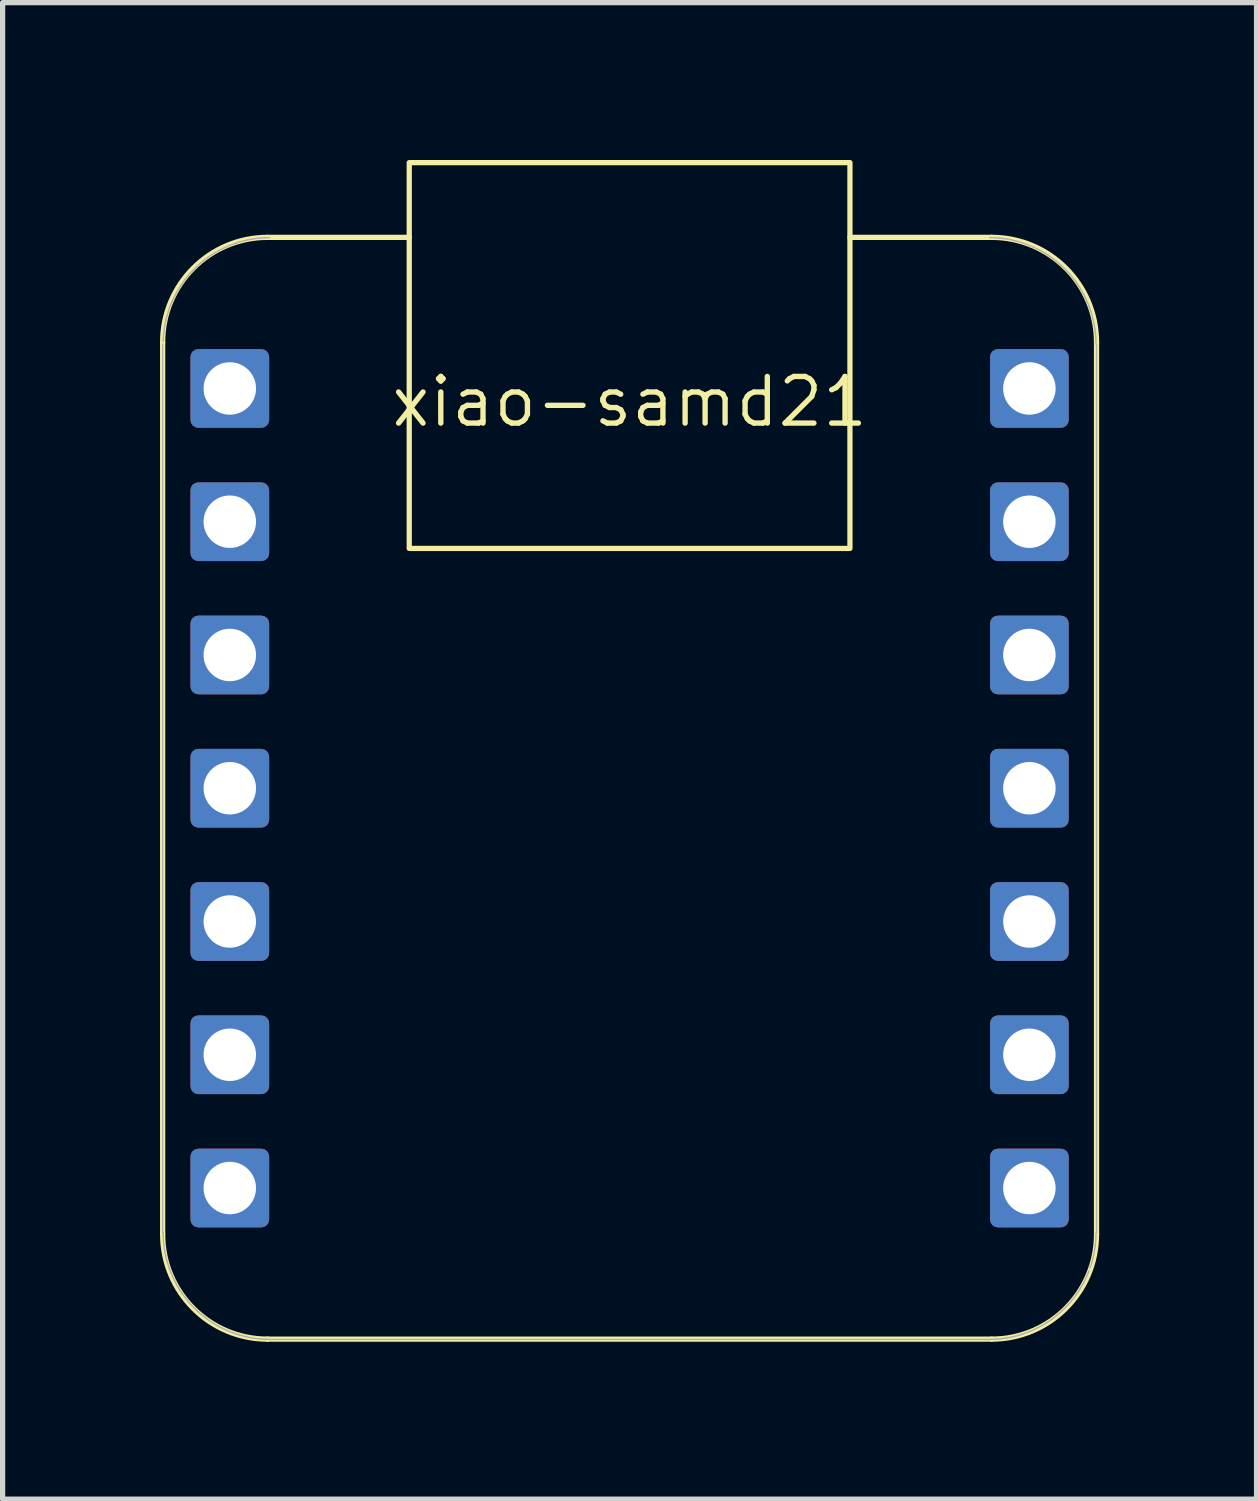
<source format=kicad_pcb>
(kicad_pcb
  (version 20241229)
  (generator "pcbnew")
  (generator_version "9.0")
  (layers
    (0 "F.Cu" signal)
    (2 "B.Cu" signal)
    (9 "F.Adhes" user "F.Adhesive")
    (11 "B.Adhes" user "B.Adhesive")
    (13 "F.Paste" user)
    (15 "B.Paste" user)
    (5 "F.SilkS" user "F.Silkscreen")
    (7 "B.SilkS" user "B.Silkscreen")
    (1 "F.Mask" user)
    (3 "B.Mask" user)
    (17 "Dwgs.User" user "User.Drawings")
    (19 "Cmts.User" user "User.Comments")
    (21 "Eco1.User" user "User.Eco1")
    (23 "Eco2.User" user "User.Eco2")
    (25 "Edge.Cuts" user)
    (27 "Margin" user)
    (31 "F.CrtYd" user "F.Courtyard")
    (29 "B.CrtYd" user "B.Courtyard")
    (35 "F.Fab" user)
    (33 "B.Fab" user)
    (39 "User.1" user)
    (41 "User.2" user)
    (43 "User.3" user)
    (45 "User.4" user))
  (footprint "xiao-samd21"
    (layer "F.Cu")
    (at 8.95 11.974)
    (property "Reference" "xiao-samd21" (at 0 -7.366 0) (layer "F.SilkS") (effects (font (size 0.889 0.889) (thickness 0.102))))
    (attr smd)
    (fp_line (start -8.9 -8.5) (end -8.9 8.5) (stroke (width 0.1) (type solid)) (layer "F.SilkS"))
    (fp_line (start -6.9 -10.5) (end -4.2 -10.5) (stroke (width 0.1) (type solid)) (layer "F.SilkS"))
    (fp_line (start -6.9 10.5) (end 6.9 10.5) (stroke (width 0.1) (type solid)) (layer "F.SilkS"))
    (fp_line (start 4.2 -10.5) (end 6.9 -10.5) (stroke (width 0.1) (type solid)) (layer "F.SilkS"))
    (fp_line (start 8.9 8.5) (end 8.9 -8.5) (stroke (width 0.1) (type solid)) (layer "F.SilkS"))
    (fp_rect (start -4.2 -11.924) (end 4.2 -4.571) (stroke (width 0.1) (type solid)) (fill no) (layer "F.SilkS"))
    (fp_arc (start -8.9 -8.5) (mid -8.314214 -9.914214) (end -6.9 -10.5) (stroke (width 0.1) (type solid)) (layer "F.SilkS"))
    (fp_arc (start -6.9 10.5) (mid -8.314214 9.914214) (end -8.9 8.5) (stroke (width 0.1) (type solid)) (layer "F.SilkS"))
    (fp_arc (start 6.9 -10.5) (mid 8.314214 -9.914214) (end 8.9 -8.5) (stroke (width 0.1) (type solid)) (layer "F.SilkS"))
    (fp_arc (start 8.9 8.5) (mid 8.314214 9.914214) (end 6.9 10.5) (stroke (width 0.1) (type solid)) (layer "F.SilkS"))
    (fp_poly (pts (xy -8.888 -8.562) (xy -8.885 -8.61) (xy -8.881 -8.659)) (stroke (width 0.025) (type solid)) (fill no) (layer "F.SilkS"))
    (fp_poly (pts (xy 8.889 8.522) (xy 8.888 8.571) (xy 8.885 8.62) (xy 8.881 8.669) (xy 8.875 8.717) (xy 8.869 8.766) (xy 8.861 8.815) (xy 8.852 8.863) (xy 8.842 8.911)) (stroke (width 0.025) (type solid)) (fill no) (layer "F.SilkS"))
    (fp_line (start -8.9 -8.463) (end -8.9 8.473) (stroke (width 0.025) (type solid)) (layer "F.Fab"))
    (fp_line (start -8.89 8.473) (end -8.889 8.522) (stroke (width 0.025) (type solid)) (layer "F.Fab"))
    (fp_line (start -8.889 8.522) (end -8.888 8.571) (stroke (width 0.025) (type solid)) (layer "F.Fab"))
    (fp_line (start -8.888 -8.562) (end -8.889 -8.512) (stroke (width 0.025) (type solid)) (layer "F.Fab"))
    (fp_line (start -8.888 8.571) (end -8.885 8.62) (stroke (width 0.025) (type solid)) (layer "F.Fab"))
    (fp_line (start -8.885 -8.61) (end -8.888 -8.562) (stroke (width 0.025) (type solid)) (layer "F.Fab"))
    (fp_line (start -8.885 8.62) (end -8.881 8.669) (stroke (width 0.025) (type solid)) (layer "F.Fab"))
    (fp_line (start -8.881 -8.659) (end -8.885 -8.61) (stroke (width 0.025) (type solid)) (layer "F.Fab"))
    (fp_line (start -8.881 8.669) (end -8.875 8.717) (stroke (width 0.025) (type solid)) (layer "F.Fab"))
    (fp_line (start -8.875 -8.708) (end -8.881 -8.659) (stroke (width 0.025) (type solid)) (layer "F.Fab"))
    (fp_line (start -8.875 8.717) (end -8.869 8.766) (stroke (width 0.025) (type solid)) (layer "F.Fab"))
    (fp_line (start -8.869 -8.757) (end -8.875 -8.708) (stroke (width 0.025) (type solid)) (layer "F.Fab"))
    (fp_line (start -8.869 8.766) (end -8.861 8.815) (stroke (width 0.025) (type solid)) (layer "F.Fab"))
    (fp_line (start -8.861 -8.806) (end -8.869 -8.757) (stroke (width 0.025) (type solid)) (layer "F.Fab"))
    (fp_line (start -8.861 8.815) (end -8.852 8.863) (stroke (width 0.025) (type solid)) (layer "F.Fab"))
    (fp_line (start -8.852 -8.854) (end -8.861 -8.806) (stroke (width 0.025) (type solid)) (layer "F.Fab"))
    (fp_line (start -8.852 8.863) (end -8.842 8.911) (stroke (width 0.025) (type solid)) (layer "F.Fab"))
    (fp_line (start -8.842 -8.902) (end -8.852 -8.854) (stroke (width 0.025) (type solid)) (layer "F.Fab"))
    (fp_line (start -8.842 8.911) (end -8.831 8.959) (stroke (width 0.025) (type solid)) (layer "F.Fab"))
    (fp_line (start -8.831 -8.95) (end -8.842 -8.902) (stroke (width 0.025) (type solid)) (layer "F.Fab"))
    (fp_line (start -8.831 8.959) (end -8.819 9.006) (stroke (width 0.025) (type solid)) (layer "F.Fab"))
    (fp_line (start -8.819 -8.997) (end -8.831 -8.95) (stroke (width 0.025) (type solid)) (layer "F.Fab"))
    (fp_line (start -8.819 9.006) (end -8.805 9.054) (stroke (width 0.025) (type solid)) (layer "F.Fab"))
    (fp_line (start -8.805 -9.045) (end -8.819 -8.997) (stroke (width 0.025) (type solid)) (layer "F.Fab"))
    (fp_line (start -8.805 9.054) (end -8.79 9.1) (stroke (width 0.025) (type solid)) (layer "F.Fab"))
    (fp_line (start -8.79 -9.091) (end -8.805 -9.045) (stroke (width 0.025) (type solid)) (layer "F.Fab"))
    (fp_line (start -8.79 9.1) (end -8.775 9.147) (stroke (width 0.025) (type solid)) (layer "F.Fab"))
    (fp_line (start -8.775 -9.138) (end -8.79 -9.091) (stroke (width 0.025) (type solid)) (layer "F.Fab"))
    (fp_line (start -8.775 9.147) (end -8.758 9.193) (stroke (width 0.025) (type solid)) (layer "F.Fab"))
    (fp_line (start -8.758 -9.184) (end -8.775 -9.138) (stroke (width 0.025) (type solid)) (layer "F.Fab"))
    (fp_line (start -8.758 9.193) (end -8.74 9.239) (stroke (width 0.025) (type solid)) (layer "F.Fab"))
    (fp_line (start -8.74 -9.23) (end -8.758 -9.184) (stroke (width 0.025) (type solid)) (layer "F.Fab"))
    (fp_line (start -8.74 9.239) (end -8.721 9.284) (stroke (width 0.025) (type solid)) (layer "F.Fab"))
    (fp_line (start -8.721 -9.275) (end -8.74 -9.23) (stroke (width 0.025) (type solid)) (layer "F.Fab"))
    (fp_line (start -8.721 9.284) (end -8.701 9.329) (stroke (width 0.025) (type solid)) (layer "F.Fab"))
    (fp_line (start -8.701 -9.32) (end -8.721 -9.275) (stroke (width 0.025) (type solid)) (layer "F.Fab"))
    (fp_line (start -8.701 9.329) (end -8.679 9.373) (stroke (width 0.025) (type solid)) (layer "F.Fab"))
    (fp_line (start -8.679 -9.364) (end -8.701 -9.32) (stroke (width 0.025) (type solid)) (layer "F.Fab"))
    (fp_line (start -8.679 9.373) (end -8.657 9.417) (stroke (width 0.025) (type solid)) (layer "F.Fab"))
    (fp_line (start -8.657 -9.408) (end -8.679 -9.364) (stroke (width 0.025) (type solid)) (layer "F.Fab"))
    (fp_line (start -8.657 9.417) (end -8.634 9.46) (stroke (width 0.025) (type solid)) (layer "F.Fab"))
    (fp_line (start -8.634 -9.451) (end -8.657 -9.408) (stroke (width 0.025) (type solid)) (layer "F.Fab"))
    (fp_line (start -8.634 9.46) (end -8.61 9.503) (stroke (width 0.025) (type solid)) (layer "F.Fab"))
    (fp_line (start -8.61 -9.494) (end -8.634 -9.451) (stroke (width 0.025) (type solid)) (layer "F.Fab"))
    (fp_line (start -8.61 9.503) (end -8.584 9.545) (stroke (width 0.025) (type solid)) (layer "F.Fab"))
    (fp_line (start -8.584 -9.536) (end -8.61 -9.494) (stroke (width 0.025) (type solid)) (layer "F.Fab"))
    (fp_line (start -8.584 9.545) (end -8.558 9.586) (stroke (width 0.025) (type solid)) (layer "F.Fab"))
    (fp_line (start -8.558 -9.577) (end -8.584 -9.536) (stroke (width 0.025) (type solid)) (layer "F.Fab"))
    (fp_line (start -8.558 9.586) (end -8.53 9.627) (stroke (width 0.025) (type solid)) (layer "F.Fab"))
    (fp_line (start -8.53 -9.618) (end -8.558 -9.577) (stroke (width 0.025) (type solid)) (layer "F.Fab"))
    (fp_line (start -8.53 9.627) (end -8.502 9.667) (stroke (width 0.025) (type solid)) (layer "F.Fab"))
    (fp_line (start -8.502 -9.658) (end -8.53 -9.618) (stroke (width 0.025) (type solid)) (layer "F.Fab"))
    (fp_line (start -8.502 9.667) (end -8.473 9.706) (stroke (width 0.025) (type solid)) (layer "F.Fab"))
    (fp_line (start -8.473 -9.697) (end -8.502 -9.658) (stroke (width 0.025) (type solid)) (layer "F.Fab"))
    (fp_line (start -8.473 9.706) (end -8.442 9.745) (stroke (width 0.025) (type solid)) (layer "F.Fab"))
    (fp_line (start -8.442 -9.736) (end -8.473 -9.697) (stroke (width 0.025) (type solid)) (layer "F.Fab"))
    (fp_line (start -8.442 9.745) (end -8.411 9.783) (stroke (width 0.025) (type solid)) (layer "F.Fab"))
    (fp_line (start -8.411 -9.774) (end -8.442 -9.736) (stroke (width 0.025) (type solid)) (layer "F.Fab"))
    (fp_line (start -8.411 9.783) (end -8.379 9.82) (stroke (width 0.025) (type solid)) (layer "F.Fab"))
    (fp_line (start -8.379 -9.811) (end -8.411 -9.774) (stroke (width 0.025) (type solid)) (layer "F.Fab"))
    (fp_line (start -8.379 9.82) (end -8.346 9.856) (stroke (width 0.025) (type solid)) (layer "F.Fab"))
    (fp_line (start -8.346 -9.847) (end -8.379 -9.811) (stroke (width 0.025) (type solid)) (layer "F.Fab"))
    (fp_line (start -8.346 9.856) (end -8.312 9.892) (stroke (width 0.025) (type solid)) (layer "F.Fab"))
    (fp_line (start -8.312 -9.883) (end -8.346 -9.847) (stroke (width 0.025) (type solid)) (layer "F.Fab"))
    (fp_line (start -8.312 9.892) (end -8.277 9.927) (stroke (width 0.025) (type solid)) (layer "F.Fab"))
    (fp_line (start -8.277 -9.918) (end -8.312 -9.883) (stroke (width 0.025) (type solid)) (layer "F.Fab"))
    (fp_line (start -8.277 9.927) (end -8.242 9.96) (stroke (width 0.025) (type solid)) (layer "F.Fab"))
    (fp_line (start -8.242 -9.951) (end -8.277 -9.918) (stroke (width 0.025) (type solid)) (layer "F.Fab"))
    (fp_line (start -8.242 9.96) (end -8.205 9.994) (stroke (width 0.025) (type solid)) (layer "F.Fab"))
    (fp_line (start -8.205 -9.984) (end -8.242 -9.951) (stroke (width 0.025) (type solid)) (layer "F.Fab"))
    (fp_line (start -8.205 9.994) (end -8.168 10.026) (stroke (width 0.025) (type solid)) (layer "F.Fab"))
    (fp_line (start -8.168 -10.017) (end -8.205 -9.984) (stroke (width 0.025) (type solid)) (layer "F.Fab"))
    (fp_line (start -8.168 10.026) (end -8.13 10.057) (stroke (width 0.025) (type solid)) (layer "F.Fab"))
    (fp_line (start -8.13 -10.048) (end -8.168 -10.017) (stroke (width 0.025) (type solid)) (layer "F.Fab"))
    (fp_line (start -8.13 10.057) (end -8.092 10.087) (stroke (width 0.025) (type solid)) (layer "F.Fab"))
    (fp_line (start -8.092 -10.078) (end -8.13 -10.048) (stroke (width 0.025) (type solid)) (layer "F.Fab"))
    (fp_line (start -8.092 10.087) (end -8.052 10.116) (stroke (width 0.025) (type solid)) (layer "F.Fab"))
    (fp_line (start -8.052 -10.107) (end -8.092 -10.078) (stroke (width 0.025) (type solid)) (layer "F.Fab"))
    (fp_line (start -8.052 10.116) (end -8.012 10.145) (stroke (width 0.025) (type solid)) (layer "F.Fab"))
    (fp_line (start -8.012 -10.136) (end -8.052 -10.107) (stroke (width 0.025) (type solid)) (layer "F.Fab"))
    (fp_line (start -8.012 10.145) (end -7.972 10.172) (stroke (width 0.025) (type solid)) (layer "F.Fab"))
    (fp_line (start -7.972 -10.163) (end -8.012 -10.136) (stroke (width 0.025) (type solid)) (layer "F.Fab"))
    (fp_line (start -7.972 10.172) (end -7.93 10.199) (stroke (width 0.025) (type solid)) (layer "F.Fab"))
    (fp_line (start -7.93 -10.19) (end -7.972 -10.163) (stroke (width 0.025) (type solid)) (layer "F.Fab"))
    (fp_line (start -7.93 10.199) (end -7.888 10.224) (stroke (width 0.025) (type solid)) (layer "F.Fab"))
    (fp_line (start -7.888 -10.215) (end -7.93 -10.19) (stroke (width 0.025) (type solid)) (layer "F.Fab"))
    (fp_line (start -7.888 10.224) (end -7.846 10.249) (stroke (width 0.025) (type solid)) (layer "F.Fab"))
    (fp_line (start -7.846 -10.239) (end -7.888 -10.215) (stroke (width 0.025) (type solid)) (layer "F.Fab"))
    (fp_line (start -7.846 10.249) (end -7.802 10.272) (stroke (width 0.025) (type solid)) (layer "F.Fab"))
    (fp_line (start -7.802 -10.263) (end -7.846 -10.239) (stroke (width 0.025) (type solid)) (layer "F.Fab"))
    (fp_line (start -7.802 10.272) (end -7.759 10.294) (stroke (width 0.025) (type solid)) (layer "F.Fab"))
    (fp_line (start -7.759 -10.285) (end -7.802 -10.263) (stroke (width 0.025) (type solid)) (layer "F.Fab"))
    (fp_line (start -7.759 10.294) (end -7.714 10.315) (stroke (width 0.025) (type solid)) (layer "F.Fab"))
    (fp_line (start -7.714 -10.306) (end -7.759 -10.285) (stroke (width 0.025) (type solid)) (layer "F.Fab"))
    (fp_line (start -7.714 10.315) (end -7.67 10.335) (stroke (width 0.025) (type solid)) (layer "F.Fab"))
    (fp_line (start -7.67 -10.326) (end -7.714 -10.306) (stroke (width 0.025) (type solid)) (layer "F.Fab"))
    (fp_line (start -7.67 10.335) (end -7.624 10.354) (stroke (width 0.025) (type solid)) (layer "F.Fab"))
    (fp_line (start -7.624 -10.345) (end -7.67 -10.326) (stroke (width 0.025) (type solid)) (layer "F.Fab"))
    (fp_line (start -7.624 10.354) (end -7.579 10.372) (stroke (width 0.025) (type solid)) (layer "F.Fab"))
    (fp_line (start -7.579 -10.363) (end -7.624 -10.345) (stroke (width 0.025) (type solid)) (layer "F.Fab"))
    (fp_line (start -7.579 10.372) (end -7.532 10.389) (stroke (width 0.025) (type solid)) (layer "F.Fab"))
    (fp_line (start -7.532 -10.38) (end -7.579 -10.363) (stroke (width 0.025) (type solid)) (layer "F.Fab"))
    (fp_line (start -7.532 10.389) (end -7.486 10.405) (stroke (width 0.025) (type solid)) (layer "F.Fab"))
    (fp_line (start -7.486 -10.396) (end -7.532 -10.38) (stroke (width 0.025) (type solid)) (layer "F.Fab"))
    (fp_line (start -7.486 10.405) (end -7.439 10.42) (stroke (width 0.025) (type solid)) (layer "F.Fab"))
    (fp_line (start -7.439 -10.411) (end -7.486 -10.396) (stroke (width 0.025) (type solid)) (layer "F.Fab"))
    (fp_line (start -7.439 10.42) (end -7.392 10.433) (stroke (width 0.025) (type solid)) (layer "F.Fab"))
    (fp_line (start -7.392 -10.424) (end -7.439 -10.411) (stroke (width 0.025) (type solid)) (layer "F.Fab"))
    (fp_line (start -7.392 10.433) (end -7.344 10.446) (stroke (width 0.025) (type solid)) (layer "F.Fab"))
    (fp_line (start -7.344 -10.436) (end -7.392 -10.424) (stroke (width 0.025) (type solid)) (layer "F.Fab"))
    (fp_line (start -7.344 10.446) (end -7.296 10.457) (stroke (width 0.025) (type solid)) (layer "F.Fab"))
    (fp_line (start -7.296 -10.448) (end -7.344 -10.436) (stroke (width 0.025) (type solid)) (layer "F.Fab"))
    (fp_line (start -7.296 10.457) (end -7.248 10.467) (stroke (width 0.025) (type solid)) (layer "F.Fab"))
    (fp_line (start -7.248 -10.458) (end -7.296 -10.448) (stroke (width 0.025) (type solid)) (layer "F.Fab"))
    (fp_line (start -7.248 10.467) (end -7.2 10.476) (stroke (width 0.025) (type solid)) (layer "F.Fab"))
    (fp_line (start -7.2 -10.466) (end -7.248 -10.458) (stroke (width 0.025) (type solid)) (layer "F.Fab"))
    (fp_line (start -7.2 10.476) (end -7.152 10.483) (stroke (width 0.025) (type solid)) (layer "F.Fab"))
    (fp_line (start -7.152 -10.474) (end -7.2 -10.466) (stroke (width 0.025) (type solid)) (layer "F.Fab"))
    (fp_line (start -7.152 10.483) (end -7.103 10.49) (stroke (width 0.025) (type solid)) (layer "F.Fab"))
    (fp_line (start -7.103 -10.481) (end -7.152 -10.474) (stroke (width 0.025) (type solid)) (layer "F.Fab"))
    (fp_line (start -7.103 10.49) (end -7.054 10.495) (stroke (width 0.025) (type solid)) (layer "F.Fab"))
    (fp_line (start -7.054 -10.486) (end -7.103 -10.481) (stroke (width 0.025) (type solid)) (layer "F.Fab"))
    (fp_line (start -7.054 10.495) (end -7.005 10.499) (stroke (width 0.025) (type solid)) (layer "F.Fab"))
    (fp_line (start -7.005 -10.49) (end -7.054 -10.486) (stroke (width 0.025) (type solid)) (layer "F.Fab"))
    (fp_line (start -7.005 10.499) (end -6.956 10.502) (stroke (width 0.025) (type solid)) (layer "F.Fab"))
    (fp_line (start -6.956 -10.493) (end -7.005 -10.49) (stroke (width 0.025) (type solid)) (layer "F.Fab"))
    (fp_line (start -6.956 10.502) (end -6.907 10.504) (stroke (width 0.025) (type solid)) (layer "F.Fab"))
    (fp_line (start -6.907 -10.495) (end -6.956 -10.493) (stroke (width 0.025) (type solid)) (layer "F.Fab"))
    (fp_line (start -6.907 10.504) (end -6.858 10.505) (stroke (width 0.025) (type solid)) (layer "F.Fab"))
    (fp_line (start -6.858 -10.495) (end -6.907 -10.495) (stroke (width 0.025) (type solid)) (layer "F.Fab"))
    (fp_line (start -6.858 10.505) (end 6.858 10.505) (stroke (width 0.025) (type solid)) (layer "F.Fab"))
    (fp_line (start 6.858 10.505) (end 6.907 10.504) (stroke (width 0.025) (type solid)) (layer "F.Fab"))
    (fp_line (start 6.907 -10.495) (end 6.858 -10.495) (stroke (width 0.025) (type solid)) (layer "F.Fab"))
    (fp_line (start 6.907 10.504) (end 6.956 10.502) (stroke (width 0.025) (type solid)) (layer "F.Fab"))
    (fp_line (start 6.956 -10.493) (end 6.907 -10.495) (stroke (width 0.025) (type solid)) (layer "F.Fab"))
    (fp_line (start 6.956 10.502) (end 7.005 10.499) (stroke (width 0.025) (type solid)) (layer "F.Fab"))
    (fp_line (start 7.005 -10.49) (end 6.956 -10.493) (stroke (width 0.025) (type solid)) (layer "F.Fab"))
    (fp_line (start 7.005 10.499) (end 7.054 10.495) (stroke (width 0.025) (type solid)) (layer "F.Fab"))
    (fp_line (start 7.054 -10.486) (end 7.005 -10.49) (stroke (width 0.025) (type solid)) (layer "F.Fab"))
    (fp_line (start 7.054 10.495) (end 7.103 10.49) (stroke (width 0.025) (type solid)) (layer "F.Fab"))
    (fp_line (start 7.103 -10.481) (end 7.054 -10.486) (stroke (width 0.025) (type solid)) (layer "F.Fab"))
    (fp_line (start 7.103 10.49) (end 7.152 10.483) (stroke (width 0.025) (type solid)) (layer "F.Fab"))
    (fp_line (start 7.152 -10.474) (end 7.103 -10.481) (stroke (width 0.025) (type solid)) (layer "F.Fab"))
    (fp_line (start 7.152 10.483) (end 7.2 10.476) (stroke (width 0.025) (type solid)) (layer "F.Fab"))
    (fp_line (start 7.2 -10.466) (end 7.152 -10.474) (stroke (width 0.025) (type solid)) (layer "F.Fab"))
    (fp_line (start 7.2 10.476) (end 7.248 10.467) (stroke (width 0.025) (type solid)) (layer "F.Fab"))
    (fp_line (start 7.248 -10.458) (end 7.2 -10.466) (stroke (width 0.025) (type solid)) (layer "F.Fab"))
    (fp_line (start 7.248 10.467) (end 7.296 10.457) (stroke (width 0.025) (type solid)) (layer "F.Fab"))
    (fp_line (start 7.296 -10.448) (end 7.248 -10.458) (stroke (width 0.025) (type solid)) (layer "F.Fab"))
    (fp_line (start 7.296 10.457) (end 7.344 10.446) (stroke (width 0.025) (type solid)) (layer "F.Fab"))
    (fp_line (start 7.344 -10.436) (end 7.296 -10.448) (stroke (width 0.025) (type solid)) (layer "F.Fab"))
    (fp_line (start 7.344 10.446) (end 7.392 10.433) (stroke (width 0.025) (type solid)) (layer "F.Fab"))
    (fp_line (start 7.392 -10.424) (end 7.344 -10.436) (stroke (width 0.025) (type solid)) (layer "F.Fab"))
    (fp_line (start 7.392 10.433) (end 7.439 10.42) (stroke (width 0.025) (type solid)) (layer "F.Fab"))
    (fp_line (start 7.439 -10.411) (end 7.392 -10.424) (stroke (width 0.025) (type solid)) (layer "F.Fab"))
    (fp_line (start 7.439 10.42) (end 7.486 10.405) (stroke (width 0.025) (type solid)) (layer "F.Fab"))
    (fp_line (start 7.486 -10.396) (end 7.439 -10.411) (stroke (width 0.025) (type solid)) (layer "F.Fab"))
    (fp_line (start 7.486 10.405) (end 7.532 10.389) (stroke (width 0.025) (type solid)) (layer "F.Fab"))
    (fp_line (start 7.532 -10.38) (end 7.486 -10.396) (stroke (width 0.025) (type solid)) (layer "F.Fab"))
    (fp_line (start 7.532 10.389) (end 7.579 10.372) (stroke (width 0.025) (type solid)) (layer "F.Fab"))
    (fp_line (start 7.579 -10.363) (end 7.532 -10.38) (stroke (width 0.025) (type solid)) (layer "F.Fab"))
    (fp_line (start 7.579 10.372) (end 7.624 10.354) (stroke (width 0.025) (type solid)) (layer "F.Fab"))
    (fp_line (start 7.624 -10.345) (end 7.579 -10.363) (stroke (width 0.025) (type solid)) (layer "F.Fab"))
    (fp_line (start 7.624 10.354) (end 7.67 10.335) (stroke (width 0.025) (type solid)) (layer "F.Fab"))
    (fp_line (start 7.67 -10.326) (end 7.624 -10.345) (stroke (width 0.025) (type solid)) (layer "F.Fab"))
    (fp_line (start 7.67 10.335) (end 7.714 10.315) (stroke (width 0.025) (type solid)) (layer "F.Fab"))
    (fp_line (start 7.714 -10.306) (end 7.67 -10.326) (stroke (width 0.025) (type solid)) (layer "F.Fab"))
    (fp_line (start 7.714 10.315) (end 7.759 10.294) (stroke (width 0.025) (type solid)) (layer "F.Fab"))
    (fp_line (start 7.759 -10.285) (end 7.714 -10.306) (stroke (width 0.025) (type solid)) (layer "F.Fab"))
    (fp_line (start 7.759 10.294) (end 7.802 10.272) (stroke (width 0.025) (type solid)) (layer "F.Fab"))
    (fp_line (start 7.802 -10.263) (end 7.759 -10.285) (stroke (width 0.025) (type solid)) (layer "F.Fab"))
    (fp_line (start 7.802 10.272) (end 7.846 10.249) (stroke (width 0.025) (type solid)) (layer "F.Fab"))
    (fp_line (start 7.846 -10.239) (end 7.802 -10.263) (stroke (width 0.025) (type solid)) (layer "F.Fab"))
    (fp_line (start 7.846 10.249) (end 7.888 10.224) (stroke (width 0.025) (type solid)) (layer "F.Fab"))
    (fp_line (start 7.888 -10.215) (end 7.846 -10.239) (stroke (width 0.025) (type solid)) (layer "F.Fab"))
    (fp_line (start 7.888 10.224) (end 7.93 10.199) (stroke (width 0.025) (type solid)) (layer "F.Fab"))
    (fp_line (start 7.93 -10.19) (end 7.888 -10.215) (stroke (width 0.025) (type solid)) (layer "F.Fab"))
    (fp_line (start 7.93 10.199) (end 7.972 10.172) (stroke (width 0.025) (type solid)) (layer "F.Fab"))
    (fp_line (start 7.972 -10.163) (end 7.93 -10.19) (stroke (width 0.025) (type solid)) (layer "F.Fab"))
    (fp_line (start 7.972 10.172) (end 8.012 10.145) (stroke (width 0.025) (type solid)) (layer "F.Fab"))
    (fp_line (start 8.012 -10.136) (end 7.972 -10.163) (stroke (width 0.025) (type solid)) (layer "F.Fab"))
    (fp_line (start 8.012 10.145) (end 8.052 10.116) (stroke (width 0.025) (type solid)) (layer "F.Fab"))
    (fp_line (start 8.052 -10.107) (end 8.012 -10.136) (stroke (width 0.025) (type solid)) (layer "F.Fab"))
    (fp_line (start 8.052 10.116) (end 8.092 10.087) (stroke (width 0.025) (type solid)) (layer "F.Fab"))
    (fp_line (start 8.092 -10.078) (end 8.052 -10.107) (stroke (width 0.025) (type solid)) (layer "F.Fab"))
    (fp_line (start 8.092 10.087) (end 8.13 10.057) (stroke (width 0.025) (type solid)) (layer "F.Fab"))
    (fp_line (start 8.13 -10.048) (end 8.092 -10.078) (stroke (width 0.025) (type solid)) (layer "F.Fab"))
    (fp_line (start 8.13 10.057) (end 8.168 10.026) (stroke (width 0.025) (type solid)) (layer "F.Fab"))
    (fp_line (start 8.168 -10.017) (end 8.13 -10.048) (stroke (width 0.025) (type solid)) (layer "F.Fab"))
    (fp_line (start 8.168 10.026) (end 8.205 9.994) (stroke (width 0.025) (type solid)) (layer "F.Fab"))
    (fp_line (start 8.205 -9.984) (end 8.168 -10.017) (stroke (width 0.025) (type solid)) (layer "F.Fab"))
    (fp_line (start 8.205 9.994) (end 8.242 9.96) (stroke (width 0.025) (type solid)) (layer "F.Fab"))
    (fp_line (start 8.242 -9.951) (end 8.205 -9.984) (stroke (width 0.025) (type solid)) (layer "F.Fab"))
    (fp_line (start 8.242 9.96) (end 8.277 9.927) (stroke (width 0.025) (type solid)) (layer "F.Fab"))
    (fp_line (start 8.277 -9.918) (end 8.242 -9.951) (stroke (width 0.025) (type solid)) (layer "F.Fab"))
    (fp_line (start 8.277 9.927) (end 8.312 9.892) (stroke (width 0.025) (type solid)) (layer "F.Fab"))
    (fp_line (start 8.312 -9.883) (end 8.277 -9.918) (stroke (width 0.025) (type solid)) (layer "F.Fab"))
    (fp_line (start 8.312 9.892) (end 8.346 9.856) (stroke (width 0.025) (type solid)) (layer "F.Fab"))
    (fp_line (start 8.346 -9.847) (end 8.312 -9.883) (stroke (width 0.025) (type solid)) (layer "F.Fab"))
    (fp_line (start 8.346 9.856) (end 8.379 9.82) (stroke (width 0.025) (type solid)) (layer "F.Fab"))
    (fp_line (start 8.379 -9.811) (end 8.346 -9.847) (stroke (width 0.025) (type solid)) (layer "F.Fab"))
    (fp_line (start 8.379 9.82) (end 8.411 9.783) (stroke (width 0.025) (type solid)) (layer "F.Fab"))
    (fp_line (start 8.411 -9.774) (end 8.379 -9.811) (stroke (width 0.025) (type solid)) (layer "F.Fab"))
    (fp_line (start 8.411 9.783) (end 8.442 9.745) (stroke (width 0.025) (type solid)) (layer "F.Fab"))
    (fp_line (start 8.442 -9.736) (end 8.411 -9.774) (stroke (width 0.025) (type solid)) (layer "F.Fab"))
    (fp_line (start 8.442 9.745) (end 8.473 9.706) (stroke (width 0.025) (type solid)) (layer "F.Fab"))
    (fp_line (start 8.473 -9.697) (end 8.442 -9.736) (stroke (width 0.025) (type solid)) (layer "F.Fab"))
    (fp_line (start 8.473 9.706) (end 8.502 9.667) (stroke (width 0.025) (type solid)) (layer "F.Fab"))
    (fp_line (start 8.502 -9.658) (end 8.473 -9.697) (stroke (width 0.025) (type solid)) (layer "F.Fab"))
    (fp_line (start 8.502 9.667) (end 8.53 9.627) (stroke (width 0.025) (type solid)) (layer "F.Fab"))
    (fp_line (start 8.53 -9.618) (end 8.502 -9.658) (stroke (width 0.025) (type solid)) (layer "F.Fab"))
    (fp_line (start 8.53 9.627) (end 8.558 9.586) (stroke (width 0.025) (type solid)) (layer "F.Fab"))
    (fp_line (start 8.558 -9.577) (end 8.53 -9.618) (stroke (width 0.025) (type solid)) (layer "F.Fab"))
    (fp_line (start 8.558 9.586) (end 8.584 9.545) (stroke (width 0.025) (type solid)) (layer "F.Fab"))
    (fp_line (start 8.584 -9.536) (end 8.558 -9.577) (stroke (width 0.025) (type solid)) (layer "F.Fab"))
    (fp_line (start 8.584 9.545) (end 8.61 9.503) (stroke (width 0.025) (type solid)) (layer "F.Fab"))
    (fp_line (start 8.61 -9.494) (end 8.584 -9.536) (stroke (width 0.025) (type solid)) (layer "F.Fab"))
    (fp_line (start 8.61 9.503) (end 8.634 9.46) (stroke (width 0.025) (type solid)) (layer "F.Fab"))
    (fp_line (start 8.634 -9.451) (end 8.61 -9.494) (stroke (width 0.025) (type solid)) (layer "F.Fab"))
    (fp_line (start 8.634 9.46) (end 8.657 9.417) (stroke (width 0.025) (type solid)) (layer "F.Fab"))
    (fp_line (start 8.657 -9.408) (end 8.634 -9.451) (stroke (width 0.025) (type solid)) (layer "F.Fab"))
    (fp_line (start 8.657 9.417) (end 8.679 9.373) (stroke (width 0.025) (type solid)) (layer "F.Fab"))
    (fp_line (start 8.679 -9.364) (end 8.657 -9.408) (stroke (width 0.025) (type solid)) (layer "F.Fab"))
    (fp_line (start 8.679 9.373) (end 8.701 9.329) (stroke (width 0.025) (type solid)) (layer "F.Fab"))
    (fp_line (start 8.701 -9.32) (end 8.679 -9.364) (stroke (width 0.025) (type solid)) (layer "F.Fab"))
    (fp_line (start 8.701 9.329) (end 8.721 9.284) (stroke (width 0.025) (type solid)) (layer "F.Fab"))
    (fp_line (start 8.721 -9.275) (end 8.701 -9.32) (stroke (width 0.025) (type solid)) (layer "F.Fab"))
    (fp_line (start 8.721 9.284) (end 8.74 9.239) (stroke (width 0.025) (type solid)) (layer "F.Fab"))
    (fp_line (start 8.74 -9.23) (end 8.721 -9.275) (stroke (width 0.025) (type solid)) (layer "F.Fab"))
    (fp_line (start 8.74 9.239) (end 8.758 9.193) (stroke (width 0.025) (type solid)) (layer "F.Fab"))
    (fp_line (start 8.758 -9.184) (end 8.74 -9.23) (stroke (width 0.025) (type solid)) (layer "F.Fab"))
    (fp_line (start 8.775 -9.138) (end 8.758 -9.184) (stroke (width 0.025) (type solid)) (layer "F.Fab"))
    (fp_line (start 8.775 9.147) (end 8.79 9.1) (stroke (width 0.025) (type solid)) (layer "F.Fab"))
    (fp_line (start 8.79 -9.091) (end 8.775 -9.138) (stroke (width 0.025) (type solid)) (layer "F.Fab"))
    (fp_line (start 8.79 9.1) (end 8.805 9.054) (stroke (width 0.025) (type solid)) (layer "F.Fab"))
    (fp_line (start 8.805 -9.045) (end 8.79 -9.091) (stroke (width 0.025) (type solid)) (layer "F.Fab"))
    (fp_line (start 8.805 9.054) (end 8.819 9.006) (stroke (width 0.025) (type solid)) (layer "F.Fab"))
    (fp_line (start 8.819 -8.997) (end 8.805 -9.045) (stroke (width 0.025) (type solid)) (layer "F.Fab"))
    (fp_line (start 8.819 9.006) (end 8.831 8.959) (stroke (width 0.025) (type solid)) (layer "F.Fab"))
    (fp_line (start 8.831 -8.95) (end 8.819 -8.997) (stroke (width 0.025) (type solid)) (layer "F.Fab"))
    (fp_line (start 8.831 8.959) (end 8.842 8.911) (stroke (width 0.025) (type solid)) (layer "F.Fab"))
    (fp_line (start 8.842 -8.902) (end 8.831 -8.95) (stroke (width 0.025) (type solid)) (layer "F.Fab"))
    (fp_line (start 8.842 8.911) (end 8.852 8.863) (stroke (width 0.025) (type solid)) (layer "F.Fab"))
    (fp_line (start 8.852 -8.854) (end 8.842 -8.902) (stroke (width 0.025) (type solid)) (layer "F.Fab"))
    (fp_line (start 8.852 8.863) (end 8.861 8.815) (stroke (width 0.025) (type solid)) (layer "F.Fab"))
    (fp_line (start 8.861 -8.806) (end 8.852 -8.854) (stroke (width 0.025) (type solid)) (layer "F.Fab"))
    (fp_line (start 8.861 8.815) (end 8.869 8.766) (stroke (width 0.025) (type solid)) (layer "F.Fab"))
    (fp_line (start 8.869 -8.757) (end 8.861 -8.806) (stroke (width 0.025) (type solid)) (layer "F.Fab"))
    (fp_line (start 8.869 8.766) (end 8.875 8.717) (stroke (width 0.025) (type solid)) (layer "F.Fab"))
    (fp_line (start 8.875 -8.708) (end 8.869 -8.757) (stroke (width 0.025) (type solid)) (layer "F.Fab"))
    (fp_line (start 8.875 8.717) (end 8.881 8.669) (stroke (width 0.025) (type solid)) (layer "F.Fab"))
    (fp_line (start 8.881 -8.659) (end 8.875 -8.708) (stroke (width 0.025) (type solid)) (layer "F.Fab"))
    (fp_line (start 8.881 8.669) (end 8.885 8.62) (stroke (width 0.025) (type solid)) (layer "F.Fab"))
    (fp_line (start 8.885 -8.61) (end 8.881 -8.659) (stroke (width 0.025) (type solid)) (layer "F.Fab"))
    (fp_line (start 8.885 8.62) (end 8.888 8.571) (stroke (width 0.025) (type solid)) (layer "F.Fab"))
    (fp_line (start 8.888 -8.562) (end 8.885 -8.61) (stroke (width 0.025) (type solid)) (layer "F.Fab"))
    (fp_line (start 8.888 8.571) (end 8.889 8.522) (stroke (width 0.025) (type solid)) (layer "F.Fab"))
    (fp_line (start 8.889 -8.512) (end 8.888 -8.562) (stroke (width 0.025) (type solid)) (layer "F.Fab"))
    (fp_line (start 8.889 8.522) (end 8.89 8.473) (stroke (width 0.025) (type solid)) (layer "F.Fab"))
    (fp_line (start 8.89 -8.463) (end 8.889 -8.512) (stroke (width 0.025) (type solid)) (layer "F.Fab"))
    (fp_line (start 8.9 8.473) (end 8.9 -8.463) (stroke (width 0.025) (type solid)) (layer "F.Fab"))
    (pad "0" thru_hole roundrect (at -7.62 -7.62 180) (size 1.5 1.5) (drill 1) (layers "*.Cu" "*.Mask") (roundrect_rratio 0.1))
    (pad "1" thru_hole roundrect (at -7.62 -5.08 180) (size 1.5 1.5) (drill 1) (layers "*.Cu" "*.Mask") (roundrect_rratio 0.1))
    (pad "2" thru_hole roundrect (at -7.62 -2.54 180) (size 1.5 1.5) (drill 1) (layers "*.Cu" "*.Mask") (roundrect_rratio 0.1))
    (pad "3" thru_hole roundrect (at -7.62 0 180) (size 1.5 1.5) (drill 1) (layers "*.Cu" "*.Mask") (roundrect_rratio 0.1))
    (pad "4" thru_hole roundrect (at -7.62 2.54 180) (size 1.5 1.5) (drill 1) (layers "*.Cu" "*.Mask") (roundrect_rratio 0.1))
    (pad "5" thru_hole roundrect (at -7.62 5.08 180) (size 1.5 1.5) (drill 1) (layers "*.Cu" "*.Mask") (roundrect_rratio 0.1))
    (pad "6" thru_hole roundrect (at -7.62 7.62 180) (size 1.5 1.5) (drill 1) (layers "*.Cu" "*.Mask") (roundrect_rratio 0.1))
    (pad "7" thru_hole roundrect (at 7.62 7.62) (size 1.5 1.5) (drill 1) (layers "*.Cu" "*.Mask") (roundrect_rratio 0.1))
    (pad "8" thru_hole roundrect (at 7.62 5.08) (size 1.5 1.5) (drill 1) (layers "*.Cu" "*.Mask") (roundrect_rratio 0.1))
    (pad "9" thru_hole roundrect (at 7.62 2.54) (size 1.5 1.5) (drill 1) (layers "*.Cu" "*.Mask") (roundrect_rratio 0.1))
    (pad "10" thru_hole roundrect (at 7.62 0) (size 1.5 1.5) (drill 1) (layers "*.Cu" "*.Mask") (roundrect_rratio 0.1))
    (pad "11" thru_hole roundrect (at 7.62 -2.54) (size 1.5 1.5) (drill 1) (layers "*.Cu" "*.Mask") (roundrect_rratio 0.1))
    (pad "12" thru_hole roundrect (at 7.62 -5.08) (size 1.5 1.5) (drill 1) (layers "*.Cu" "*.Mask") (roundrect_rratio 0.1))
    (pad "13" thru_hole roundrect (at 7.62 -7.62) (size 1.5 1.5) (drill 1) (layers "*.Cu" "*.Mask") (roundrect_rratio 0.1)))
  (gr_rect
    (start -3 -3)
    (end 20.9 25.524)
    (stroke (width 0.1) (type default))
    (fill no)
    (layer "Edge.Cuts")))
</source>
